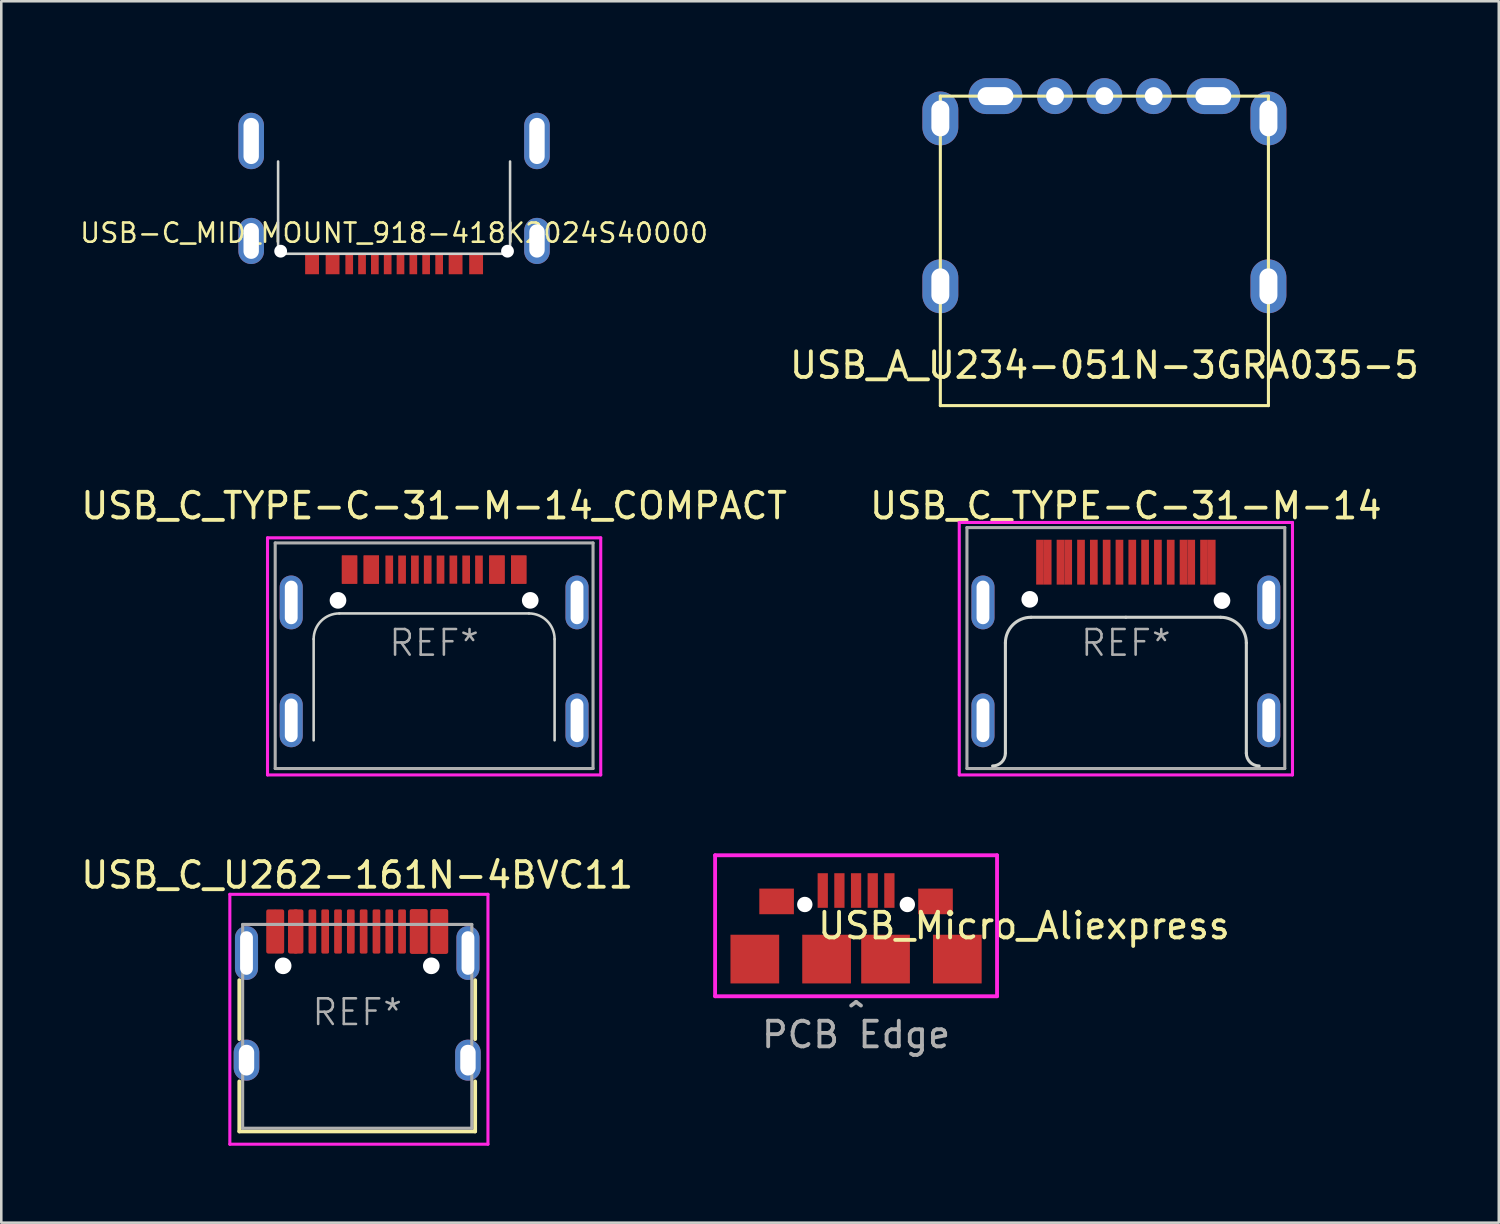
<source format=kicad_pcb>
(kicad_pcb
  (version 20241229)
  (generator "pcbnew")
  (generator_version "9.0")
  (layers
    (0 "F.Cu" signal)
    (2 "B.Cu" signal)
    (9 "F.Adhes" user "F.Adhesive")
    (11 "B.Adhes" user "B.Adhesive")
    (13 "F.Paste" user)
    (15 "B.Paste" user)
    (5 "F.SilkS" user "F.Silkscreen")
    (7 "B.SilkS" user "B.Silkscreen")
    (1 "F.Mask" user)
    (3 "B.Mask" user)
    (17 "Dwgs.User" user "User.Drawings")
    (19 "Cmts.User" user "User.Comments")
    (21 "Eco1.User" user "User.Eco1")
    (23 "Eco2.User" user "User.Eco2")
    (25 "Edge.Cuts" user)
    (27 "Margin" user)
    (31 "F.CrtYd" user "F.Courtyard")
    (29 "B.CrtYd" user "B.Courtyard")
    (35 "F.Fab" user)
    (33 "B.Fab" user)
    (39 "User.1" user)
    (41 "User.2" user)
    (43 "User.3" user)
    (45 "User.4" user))
  (footprint "USB_Micro_Aliexpress"
    (layer "F.Cu")
    (at 30.349 35.818)
    (property "Reference" "USB_Micro_Aliexpress" (at 6.55 -2.75 0) (layer "F.SilkS") (effects (font (size 1 1) (thickness 0.15))))
    (attr through_hole)
    (fp_line (start -5.5 -5.5) (end 5.5 -5.5) (stroke (width 0.15) (type solid)) (layer "F.CrtYd"))
    (fp_line (start -5.5 0) (end -5.5 -5.5) (stroke (width 0.15) (type solid)) (layer "F.CrtYd"))
    (fp_line (start -5.5 0) (end 5.5 0) (stroke (width 0.15) (type solid)) (layer "F.CrtYd"))
    (fp_line (start 5.5 0) (end 5.5 -5.5) (stroke (width 0.15) (type solid)) (layer "F.CrtYd"))
    (fp_text user "PCB Edge" (at 0 1.5 0) (layer "F.Fab") (effects (font (size 1 1) (thickness 0.15))))
    (fp_text user "^" (at 0 0.813 180) (layer "F.Fab") (effects (font (size 1 1) (thickness 0.15))))
    (pad "" np_thru_hole circle (at -2 -3.58) (size 0.6 0.6) (drill 0.6) (layers "*.Cu" "*.Mask"))
    (pad "" np_thru_hole circle (at 2 -3.58) (size 0.6 0.6) (drill 0.6) (layers "*.Mask" "F.Cu"))
    (pad "1" smd rect (at -1.3 -4.125) (size 0.4 1.35) (layers "F.Cu" "F.Mask" "F.Paste"))
    (pad "2" smd rect (at -0.65 -4.125) (size 0.4 1.35) (layers "F.Cu" "F.Mask" "F.Paste"))
    (pad "3" smd rect (at 0 -4.125) (size 0.4 1.35) (layers "F.Cu" "F.Mask" "F.Paste"))
    (pad "4" smd rect (at 0.65 -4.125) (size 0.4 1.35) (layers "F.Cu" "F.Mask" "F.Paste"))
    (pad "5" smd rect (at 1.3 -4.125) (size 0.4 1.35) (layers "F.Cu" "F.Mask" "F.Paste"))
    (pad "6" smd rect (at -3.95 -1.45) (size 1.9 1.9) (layers "F.Cu" "F.Mask" "F.Paste"))
    (pad "6" smd rect (at -3.1 -3.7) (size 1.35 1) (layers "F.Cu" "F.Mask" "F.Paste"))
    (pad "6" smd rect (at -1.15 -1.45) (size 1.9 1.9) (layers "F.Cu" "F.Mask" "F.Paste"))
    (pad "6" smd rect (at 1.15 -1.45) (size 1.9 1.9) (layers "F.Cu" "F.Mask" "F.Paste"))
    (pad "6" smd rect (at 3.1 -3.7) (size 1.35 1) (layers "F.Cu" "F.Mask" "F.Paste"))
    (pad "6" smd rect (at 3.95 -1.45) (size 1.9 1.9) (layers "F.Cu" "F.Mask" "F.Paste")))
  (footprint "USB_C_TYPE-C-31-M-14"
    (layer "F.Cu")
    (at 40.875 22.033)
    (property "Reference" "USB_C_TYPE-C-31-M-14" (at 0 -5.35 0) (layer "F.SilkS") (effects (font (size 1 1) (thickness 0.15))))
    (attr through_hole)
    (fp_line (start -4.7 4.3) (end -4.7 0) (stroke (width 0.12) (type solid)) (layer "Edge.Cuts"))
    (fp_line (start -3.7 -1) (end 0 -1) (stroke (width 0.12) (type solid)) (layer "Edge.Cuts"))
    (fp_line (start 3.7 -1) (end 0 -1) (stroke (width 0.12) (type solid)) (layer "Edge.Cuts"))
    (fp_line (start 4.7 4.3) (end 4.7 0) (stroke (width 0.12) (type solid)) (layer "Edge.Cuts"))
    (fp_arc (start -4.7 0) (mid -4.407107 -0.707107) (end -3.7 -1) (stroke (width 0.12) (type solid)) (layer "Edge.Cuts"))
    (fp_arc (start -4.7 4.3) (mid -4.846447 4.653553) (end -5.2 4.8) (stroke (width 0.12) (type solid)) (layer "Edge.Cuts"))
    (fp_arc (start 3.7 -1) (mid 4.407107 -0.707107) (end 4.7 0) (stroke (width 0.12) (type solid)) (layer "Edge.Cuts"))
    (fp_arc (start 5.2 4.8) (mid 4.846447 4.653553) (end 4.7 4.3) (stroke (width 0.12) (type solid)) (layer "Edge.Cuts"))
    (fp_line (start -6.5 -4.7) (end -6.5 5.15) (stroke (width 0.12) (type solid)) (layer "F.CrtYd"))
    (fp_line (start -6.5 -4.7) (end 6.5 -4.7) (stroke (width 0.12) (type solid)) (layer "F.CrtYd"))
    (fp_line (start -6.5 5.15) (end 6.5 5.15) (stroke (width 0.12) (type solid)) (layer "F.CrtYd"))
    (fp_line (start 6.5 -4.7) (end 6.5 5.15) (stroke (width 0.12) (type solid)) (layer "F.CrtYd"))
    (fp_line (start -6.2 -4.5) (end -6.2 4.9) (stroke (width 0.12) (type solid)) (layer "F.Fab"))
    (fp_line (start -6.2 -4.5) (end 6.2 -4.5) (stroke (width 0.12) (type solid)) (layer "F.Fab"))
    (fp_line (start 6.2 4.9) (end -6.2 4.9) (stroke (width 0.12) (type solid)) (layer "F.Fab"))
    (fp_line (start 6.2 4.9) (end 6.2 -4.5) (stroke (width 0.12) (type solid)) (layer "F.Fab"))
    (fp_text user "REF*" (at 0 0 0) (layer "F.Fab") (effects (font (size 1 1) (thickness 0.1))))
    (pad "" np_thru_hole circle (at -3.75 -1.7) (size 0.65 0.65) (drill 0.65) (layers "*.Cu" "*.Mask"))
    (pad "" np_thru_hole circle (at 3.75 -1.65) (size 0.65 0.65) (drill 0.65) (layers "*.Cu" "*.Mask"))
    (pad "A1" smd rect (at -3.35 -3.15) (size 0.3 1.75) (layers "F.Cu" "F.Mask" "F.Paste"))
    (pad "A4" smd rect (at -2.55 -3.15) (size 0.3 1.75) (layers "F.Cu" "F.Mask" "F.Paste"))
    (pad "A5" smd rect (at -1.25 -3.15) (size 0.3 1.75) (layers "F.Cu" "F.Mask" "F.Paste"))
    (pad "A6" smd rect (at -0.25 -3.15) (size 0.3 1.75) (layers "F.Cu" "F.Mask" "F.Paste"))
    (pad "A7" smd rect (at 0.25 -3.15) (size 0.3 1.75) (layers "F.Cu" "F.Mask" "F.Paste"))
    (pad "A8" smd rect (at 1.25 -3.15) (size 0.3 1.75) (layers "F.Cu" "F.Mask" "F.Paste"))
    (pad "A9" smd rect (at 2.55 -3.15) (size 0.3 1.75) (layers "F.Cu" "F.Mask" "F.Paste"))
    (pad "A12" smd rect (at 3.35 -3.15) (size 0.3 1.75) (layers "F.Cu" "F.Mask" "F.Paste"))
    (pad "B1" smd rect (at 3.05 -3.15) (size 0.3 1.75) (layers "F.Cu" "F.Mask" "F.Paste"))
    (pad "B4" smd rect (at 2.25 -3.15) (size 0.3 1.75) (layers "F.Cu" "F.Mask" "F.Paste"))
    (pad "B5" smd rect (at 1.75 -3.15) (size 0.3 1.75) (layers "F.Cu" "F.Mask" "F.Paste"))
    (pad "B6" smd rect (at 0.75 -3.15) (size 0.3 1.75) (layers "F.Cu" "F.Mask" "F.Paste"))
    (pad "B7" smd rect (at -0.75 -3.15) (size 0.3 1.75) (layers "F.Cu" "F.Mask" "F.Paste"))
    (pad "B8" smd rect (at -1.75 -3.15) (size 0.3 1.75) (layers "F.Cu" "F.Mask" "F.Paste"))
    (pad "B9" smd rect (at -2.25 -3.15) (size 0.3 1.75) (layers "F.Cu" "F.Mask" "F.Paste"))
    (pad "B12" smd rect (at -3.05 -3.15) (size 0.3 1.75) (layers "F.Cu" "F.Mask" "F.Paste"))
    (pad "S1" thru_hole oval (at -5.575 -1.58) (size 0.9 2.1) (drill oval 0.5 1.7) (layers "*.Cu" "*.Mask" "F.Paste"))
    (pad "S1" thru_hole oval (at -5.575 3.02) (size 0.9 2.1) (drill oval 0.5 1.7) (layers "*.Cu" "*.Mask" "F.Paste"))
    (pad "S1" thru_hole oval (at 5.575 -1.58) (size 0.9 2.1) (drill oval 0.5 1.7) (layers "*.Cu" "*.Mask" "F.Paste"))
    (pad "S1" thru_hole oval (at 5.575 3.02) (size 0.9 2.1) (drill oval 0.5 1.7) (layers "*.Cu" "*.Mask" "F.Paste")))
  (footprint "USB_A_U234-051N-3GRA035-5"
    (layer "F.Cu")
    (at 40.037 10.7)
    (property "Reference" "USB_A_U234-051N-3GRA035-5" (at 0 0.5 0) (layer "F.SilkS") (effects (font (size 1 1) (thickness 0.15))))
    (attr through_hole)
    (fp_line (start -6.4 -10) (end 6.4 -10) (stroke (width 0.12) (type solid)) (layer "F.SilkS"))
    (fp_line (start -6.4 2.075) (end -6.4 -10) (stroke (width 0.12) (type solid)) (layer "F.SilkS"))
    (fp_line (start 6.4 -10) (end 6.4 2.075) (stroke (width 0.12) (type solid)) (layer "F.SilkS"))
    (fp_line (start 6.4 2.075) (end -6.4 2.075) (stroke (width 0.12) (type solid)) (layer "F.SilkS"))
    (pad "1" thru_hole oval (at -4.25 -10 90) (size 1.4 2.1) (drill oval 0.7 1.4) (layers "*.Cu" "*.Mask"))
    (pad "2" thru_hole circle (at -1.925 -10 90) (size 1.4 1.4) (drill 0.7) (layers "*.Cu" "*.Mask"))
    (pad "3" thru_hole circle (at 0 -10 90) (size 1.4 1.4) (drill 0.7) (layers "*.Cu" "*.Mask"))
    (pad "4" thru_hole circle (at 1.925 -10 90) (size 1.4 1.4) (drill 0.7) (layers "*.Cu" "*.Mask"))
    (pad "5" thru_hole oval (at -6.4 -9.13) (size 1.4 2.1) (drill oval 0.7 1.4) (layers "*.Cu" "*.Mask"))
    (pad "5" thru_hole oval (at -6.4 -2.58 180) (size 1.4 2.1) (drill oval 0.7 1.4) (layers "*.Cu" "*.Mask"))
    (pad "5" thru_hole oval (at 4.25 -10 90) (size 1.4 2.1) (drill oval 0.7 1.4) (layers "*.Cu" "*.Mask"))
    (pad "5" thru_hole oval (at 6.4 -9.13 180) (size 1.4 2.1) (drill oval 0.7 1.4) (layers "*.Cu" "*.Mask"))
    (pad "5" thru_hole oval (at 6.4 -2.58 180) (size 1.4 2.1) (drill oval 0.7 1.4) (layers "*.Cu" "*.Mask")))
  (footprint "USB_C_U262-161N-4BVC11"
    (layer "F.Cu")
    (at 10.887 36.441)
    (property "Reference" "USB_C_U262-161N-4BVC11" (at 0 -5.35 0) (layer "F.SilkS") (effects (font (size 1 1) (thickness 0.15))))
    (attr through_hole)
    (fp_line (start -4.6 1.05) (end -4.6 -1.25) (stroke (width 0.15) (type solid)) (layer "F.SilkS"))
    (fp_line (start -4.6 4.65) (end -4.6 2.7) (stroke (width 0.15) (type solid)) (layer "F.SilkS"))
    (fp_line (start 4.6 1.05) (end 4.6 -1.25) (stroke (width 0.15) (type solid)) (layer "F.SilkS"))
    (fp_line (start 4.6 4.65) (end -4.6 4.65) (stroke (width 0.15) (type solid)) (layer "F.SilkS"))
    (fp_line (start 4.6 4.65) (end 4.6 2.7) (stroke (width 0.15) (type solid)) (layer "F.SilkS"))
    (fp_line (start -4.97 -4.6) (end -4.97 5.15) (stroke (width 0.12) (type solid)) (layer "F.CrtYd"))
    (fp_line (start -4.97 -4.6) (end 5.1 -4.6) (stroke (width 0.12) (type solid)) (layer "F.CrtYd"))
    (fp_line (start -4.97 5.15) (end 5.1 5.15) (stroke (width 0.12) (type solid)) (layer "F.CrtYd"))
    (fp_line (start 5.1 -4.6) (end 5.1 5.15) (stroke (width 0.12) (type solid)) (layer "F.CrtYd"))
    (fp_line (start -4.47 -3.425) (end -4.47 4.525) (stroke (width 0.12) (type solid)) (layer "F.Fab"))
    (fp_line (start -4.47 -3.425) (end 4.47 -3.425) (stroke (width 0.12) (type solid)) (layer "F.Fab"))
    (fp_line (start 4.47 -3.425) (end 4.47 4.525) (stroke (width 0.12) (type solid)) (layer "F.Fab"))
    (fp_line (start 4.47 4.525) (end -4.47 4.525) (stroke (width 0.12) (type solid)) (layer "F.Fab"))
    (fp_text user "REF*" (at 0 0 0) (layer "F.Fab") (effects (font (size 1 1) (thickness 0.1))))
    (pad "" np_thru_hole circle (at -2.89 -1.81) (size 0.65 0.65) (drill 0.65) (layers "*.Cu" "*.Mask"))
    (pad "" np_thru_hole circle (at 2.89 -1.81) (size 0.65 0.65) (drill 0.65) (layers "*.Cu" "*.Mask"))
    (pad "A1" smd roundrect (at -3.35 -3.15) (size 0.4 1.725) (layers "F.Cu" "F.Mask" "F.Paste") (roundrect_rratio 0.2))
    (pad "A4" smd roundrect (at -2.5 -3.15) (size 0.4 1.725) (layers "F.Cu" "F.Mask" "F.Paste") (roundrect_rratio 0.2))
    (pad "A5" smd roundrect (at -1.25 -3.15) (size 0.3 1.725) (layers "F.Cu" "F.Mask" "F.Paste") (roundrect_rratio 0.2))
    (pad "A6" smd roundrect (at -0.25 -3.15) (size 0.3 1.725) (layers "F.Cu" "F.Mask" "F.Paste") (roundrect_rratio 0.2))
    (pad "A7" smd roundrect (at 0.25 -3.15) (size 0.3 1.725) (layers "F.Cu" "F.Mask" "F.Paste") (roundrect_rratio 0.2))
    (pad "A8" smd roundrect (at 1.25 -3.15) (size 0.3 1.725) (layers "F.Cu" "F.Mask" "F.Paste") (roundrect_rratio 0.2))
    (pad "A9" smd roundrect (at 2.55 -3.15) (size 0.4 1.75) (layers "F.Cu" "F.Mask" "F.Paste") (roundrect_rratio 0.2))
    (pad "A12" smd roundrect (at 3.35 -3.15) (size 0.4 1.75) (layers "F.Cu" "F.Mask" "F.Paste") (roundrect_rratio 0.2))
    (pad "B1" smd roundrect (at 3.05 -3.15) (size 0.4 1.75) (layers "F.Cu" "F.Mask" "F.Paste") (roundrect_rratio 0.2))
    (pad "B4" smd roundrect (at 2.25 -3.15) (size 0.4 1.75) (layers "F.Cu" "F.Mask" "F.Paste") (roundrect_rratio 0.2))
    (pad "B5" smd roundrect (at 1.75 -3.15) (size 0.3 1.725) (layers "F.Cu" "F.Mask" "F.Paste") (roundrect_rratio 0.2))
    (pad "B6" smd roundrect (at 0.75 -3.15) (size 0.3 1.725) (layers "F.Cu" "F.Mask" "F.Paste") (roundrect_rratio 0.2))
    (pad "B7" smd roundrect (at -0.75 -3.15) (size 0.3 1.725) (layers "F.Cu" "F.Mask" "F.Paste") (roundrect_rratio 0.2))
    (pad "B8" smd roundrect (at -1.75 -3.15) (size 0.3 1.725) (layers "F.Cu" "F.Mask" "F.Paste") (roundrect_rratio 0.2))
    (pad "B9" smd roundrect (at -2.3 -3.15) (size 0.4 1.725) (layers "F.Cu" "F.Mask" "F.Paste") (roundrect_rratio 0.2))
    (pad "B12" smd roundrect (at -3.05 -3.15) (size 0.4 1.725) (layers "F.Cu" "F.Mask" "F.Paste") (roundrect_rratio 0.2))
    (pad "S1" thru_hole oval (at -4.32 -2.31) (size 0.9 2.1) (drill oval 0.5 1.7) (layers "*.Cu" "*.Mask" "F.Paste"))
    (pad "S1" thru_hole oval (at -4.32 1.87) (size 1 1.6) (drill oval 0.6 1.2) (layers "*.Cu" "*.Mask" "F.Paste"))
    (pad "S1" thru_hole oval (at 4.32 -2.31) (size 0.9 2.1) (drill oval 0.5 1.7) (layers "*.Cu" "*.Mask" "F.Paste"))
    (pad "S1" thru_hole oval (at 4.32 1.87) (size 1 1.6) (drill oval 0.6 1.2) (layers "*.Cu" "*.Mask" "F.Paste")))
  (footprint "USB_C_TYPE-C-31-M-14_COMPACT"
    (layer "F.Cu")
    (at 13.887 22.033)
    (property "Reference" "USB_C_TYPE-C-31-M-14_COMPACT" (at 0 -5.35 0) (layer "F.SilkS") (effects (font (size 1 1) (thickness 0.15))))
    (attr through_hole)
    (fp_line (start -4.7 3.8) (end -4.7 -0.15) (stroke (width 0.1) (type solid)) (layer "Edge.Cuts"))
    (fp_line (start -3.7 -1.15) (end 3.7 -1.15) (stroke (width 0.1) (type solid)) (layer "Edge.Cuts"))
    (fp_line (start 4.7 3.8) (end 4.7 -0.15) (stroke (width 0.1) (type solid)) (layer "Edge.Cuts"))
    (fp_arc (start -4.7 -0.15) (mid -4.407107 -0.857107) (end -3.7 -1.15) (stroke (width 0.1) (type solid)) (layer "Edge.Cuts"))
    (fp_arc (start 3.7 -1.15) (mid 4.407107 -0.857107) (end 4.7 -0.15) (stroke (width 0.1) (type solid)) (layer "Edge.Cuts"))
    (fp_line (start -6.5 -4.1) (end -6.5 5.15) (stroke (width 0.12) (type solid)) (layer "F.CrtYd"))
    (fp_line (start -6.5 -4.1) (end 6.5 -4.1) (stroke (width 0.12) (type solid)) (layer "F.CrtYd"))
    (fp_line (start -6.5 5.15) (end 6.5 5.15) (stroke (width 0.12) (type solid)) (layer "F.CrtYd"))
    (fp_line (start 6.5 -4.1) (end 6.5 5.15) (stroke (width 0.12) (type solid)) (layer "F.CrtYd"))
    (fp_line (start -6.2 -3.9) (end -6.2 4.9) (stroke (width 0.12) (type solid)) (layer "F.Fab"))
    (fp_line (start -6.2 -3.9) (end 6.2 -3.9) (stroke (width 0.12) (type solid)) (layer "F.Fab"))
    (fp_line (start 6.2 4.9) (end -6.2 4.9) (stroke (width 0.12) (type solid)) (layer "F.Fab"))
    (fp_line (start 6.2 4.9) (end 6.2 -3.9) (stroke (width 0.12) (type solid)) (layer "F.Fab"))
    (fp_text user "REF*" (at 0 0 0) (layer "F.Fab") (effects (font (size 1 1) (thickness 0.1))))
    (pad "" smd roundrect (at -5.8 -1.6) (size 1.4 2.2) (layers "F.Paste") (roundrect_rratio 0.25))
    (pad "" smd roundrect (at -5.8 3) (size 1.4 2.2) (layers "F.Paste") (roundrect_rratio 0.25))
    (pad "" np_thru_hole circle (at -3.75 -1.66) (size 0.65 0.65) (drill 0.65) (layers "*.Cu" "*.Mask"))
    (pad "" np_thru_hole circle (at 3.75 -1.66) (size 0.65 0.65) (drill 0.65) (layers "*.Cu" "*.Mask"))
    (pad "" smd roundrect (at 5.8 -1.6) (size 1.4 2.2) (layers "F.Paste") (roundrect_rratio 0.25))
    (pad "" smd roundrect (at 5.8 3.02) (size 1.4 2.2) (layers "F.Paste") (roundrect_rratio 0.25))
    (pad "A1" smd rect (at -3.3 -2.86) (size 0.6 1.1) (layers "F.Cu" "F.Mask" "F.Paste"))
    (pad "A4" smd rect (at -2.45 -2.86) (size 0.6 1.1) (layers "F.Cu" "F.Mask" "F.Paste"))
    (pad "A5" smd rect (at -1.25 -2.86) (size 0.3 1.1) (layers "F.Cu" "F.Mask" "F.Paste"))
    (pad "A6" smd rect (at -0.25 -2.86) (size 0.3 1.1) (layers "F.Cu" "F.Mask" "F.Paste"))
    (pad "A7" smd rect (at 0.25 -2.86) (size 0.3 1.1) (layers "F.Cu" "F.Mask" "F.Paste"))
    (pad "A8" smd rect (at 1.25 -2.86) (size 0.3 1.1) (layers "F.Cu" "F.Mask" "F.Paste"))
    (pad "A9" smd rect (at 2.45 -2.86) (size 0.6 1.1) (layers "F.Cu" "F.Mask" "F.Paste"))
    (pad "A12" smd rect (at 3.3 -2.86) (size 0.6 1.1) (layers "F.Cu" "F.Mask" "F.Paste"))
    (pad "B1" smd rect (at 3.3 -2.86) (size 0.6 1.1) (layers "F.Cu" "F.Mask" "F.Paste"))
    (pad "B4" smd rect (at 2.45 -2.86) (size 0.6 1.1) (layers "F.Cu" "F.Mask" "F.Paste"))
    (pad "B5" smd rect (at 1.75 -2.86) (size 0.3 1.1) (layers "F.Cu" "F.Mask" "F.Paste"))
    (pad "B6" smd rect (at 0.75 -2.86) (size 0.3 1.1) (layers "F.Cu" "F.Mask" "F.Paste"))
    (pad "B7" smd rect (at -0.75 -2.86) (size 0.3 1.1) (layers "F.Cu" "F.Mask" "F.Paste"))
    (pad "B8" smd rect (at -1.75 -2.86) (size 0.3 1.1) (layers "F.Cu" "F.Mask" "F.Paste"))
    (pad "B9" smd rect (at -2.45 -2.86) (size 0.6 1.1) (layers "F.Cu" "F.Mask" "F.Paste"))
    (pad "B12" smd rect (at -3.3 -2.86) (size 0.6 1.1) (layers "F.Cu" "F.Mask" "F.Paste"))
    (pad "S1" thru_hole oval (at -5.575 -1.58) (size 0.9 2.1) (drill oval 0.5 1.7) (layers "*.Cu" "*.Mask"))
    (pad "S1" thru_hole oval (at -5.575 3.02) (size 0.9 2.1) (drill oval 0.5 1.7) (layers "*.Cu" "*.Mask" "F.Paste"))
    (pad "S1" thru_hole oval (at 5.575 -1.58) (size 0.9 2.1) (drill oval 0.5 1.7) (layers "*.Cu" "*.Mask" "F.Paste"))
    (pad "S1" thru_hole oval (at 5.575 3.02) (size 0.9 2.1) (drill oval 0.5 1.7) (layers "*.Cu" "*.Mask" "F.Paste")))
  (footprint "USB-C_MID_MOUNT_918-418K2024S40000"
    (layer "F.Cu")
    (at 12.325 0.25)
    (property "Reference" "USB-C_MID_MOUNT_918-418K2024S40000" (at 0 5.789 0) (layer "F.SilkS") (effects (font (size 0.75 0.75) (thickness 0.1))))
    (attr smd)
    (fp_line (start -4.525 3) (end -4.525 6.6) (stroke (width 0.1) (type solid)) (layer "Edge.Cuts"))
    (fp_line (start -4.525 6.6) (end 4.525 6.6) (stroke (width 0.1) (type solid)) (layer "Edge.Cuts"))
    (fp_line (start 4.525 3) (end 4.525 6.6) (stroke (width 0.1) (type solid)) (layer "Edge.Cuts"))
    (pad "" smd roundrect (at -5.825 2.2) (size 1.5 2.2) (layers "F.Paste") (roundrect_rratio 0.2))
    (pad "" smd roundrect (at -5.825 6.1) (size 1.5 1.8) (layers "F.Paste") (roundrect_rratio 0.2))
    (pad "" np_thru_hole circle (at -4.425 6.5) (size 0.5 0.5) (drill 0.5) (layers "*.Cu" "*.Mask"))
    (pad "" np_thru_hole circle (at 4.425 6.5) (size 0.5 0.5) (drill 0.5) (layers "*.Cu" "*.Mask"))
    (pad "" smd roundrect (at 5.8 2.2) (size 1.5 2.2) (layers "F.Paste") (roundrect_rratio 0.2))
    (pad "" smd roundrect (at 5.825 6.1) (size 1.5 1.8) (layers "F.Paste") (roundrect_rratio 0.2))
    (pad "A1" smd rect (at -3.2 7) (size 0.54 0.8) (layers "F.Cu" "F.Mask" "F.Paste"))
    (pad "A1" smd rect (at 3.2 7) (size 0.54 0.8) (layers "F.Cu" "F.Mask" "F.Paste"))
    (pad "A4" smd rect (at -2.4 7) (size 0.54 0.8) (layers "F.Cu" "F.Mask" "F.Paste"))
    (pad "A4" smd rect (at 2.4 7) (size 0.54 0.8) (layers "F.Cu" "F.Mask" "F.Paste"))
    (pad "A5" smd rect (at 1.25 7) (size 0.3 0.8) (layers "F.Cu" "F.Mask" "F.Paste"))
    (pad "A6" smd rect (at 0.25 7) (size 0.3 0.8) (layers "F.Cu" "F.Mask" "F.Paste"))
    (pad "A7" smd rect (at -0.25 7) (size 0.3 0.8) (layers "F.Cu" "F.Mask" "F.Paste"))
    (pad "A8" smd rect (at -1.25 7) (size 0.3 0.8) (layers "F.Cu" "F.Mask" "F.Paste"))
    (pad "B5" smd rect (at -1.75 7) (size 0.3 0.8) (layers "F.Cu" "F.Mask" "F.Paste"))
    (pad "B6" smd rect (at -0.75 7) (size 0.3 0.8) (layers "F.Cu" "F.Mask" "F.Paste"))
    (pad "B7" smd rect (at 0.75 7) (size 0.3 0.8) (layers "F.Cu" "F.Mask" "F.Paste"))
    (pad "B8" smd rect (at 1.758 7) (size 0.3 0.8) (layers "F.Cu" "F.Mask" "F.Paste"))
    (pad "S1" thru_hole oval (at -5.575 2.2) (size 1 2.2) (drill oval 0.6 1.8) (layers "*.Cu" "*.Mask"))
    (pad "S2" thru_hole oval (at 5.575 2.2) (size 1 2.2) (drill oval 0.6 1.8) (layers "*.Cu" "*.Mask"))
    (pad "S3" thru_hole oval (at -5.575 6.1) (size 1 1.8) (drill oval 0.6 1.4) (layers "*.Cu" "*.Mask"))
    (pad "S4" thru_hole oval (at 5.575 6.1) (size 1 1.8) (drill oval 0.6 1.3) (layers "*.Cu" "*.Mask")))
  (gr_rect
    (start -3 -3)
    (end 55.424 44.651)
    (stroke (width 0.1) (type default))
    (fill no)
    (layer "Edge.Cuts")))
</source>
